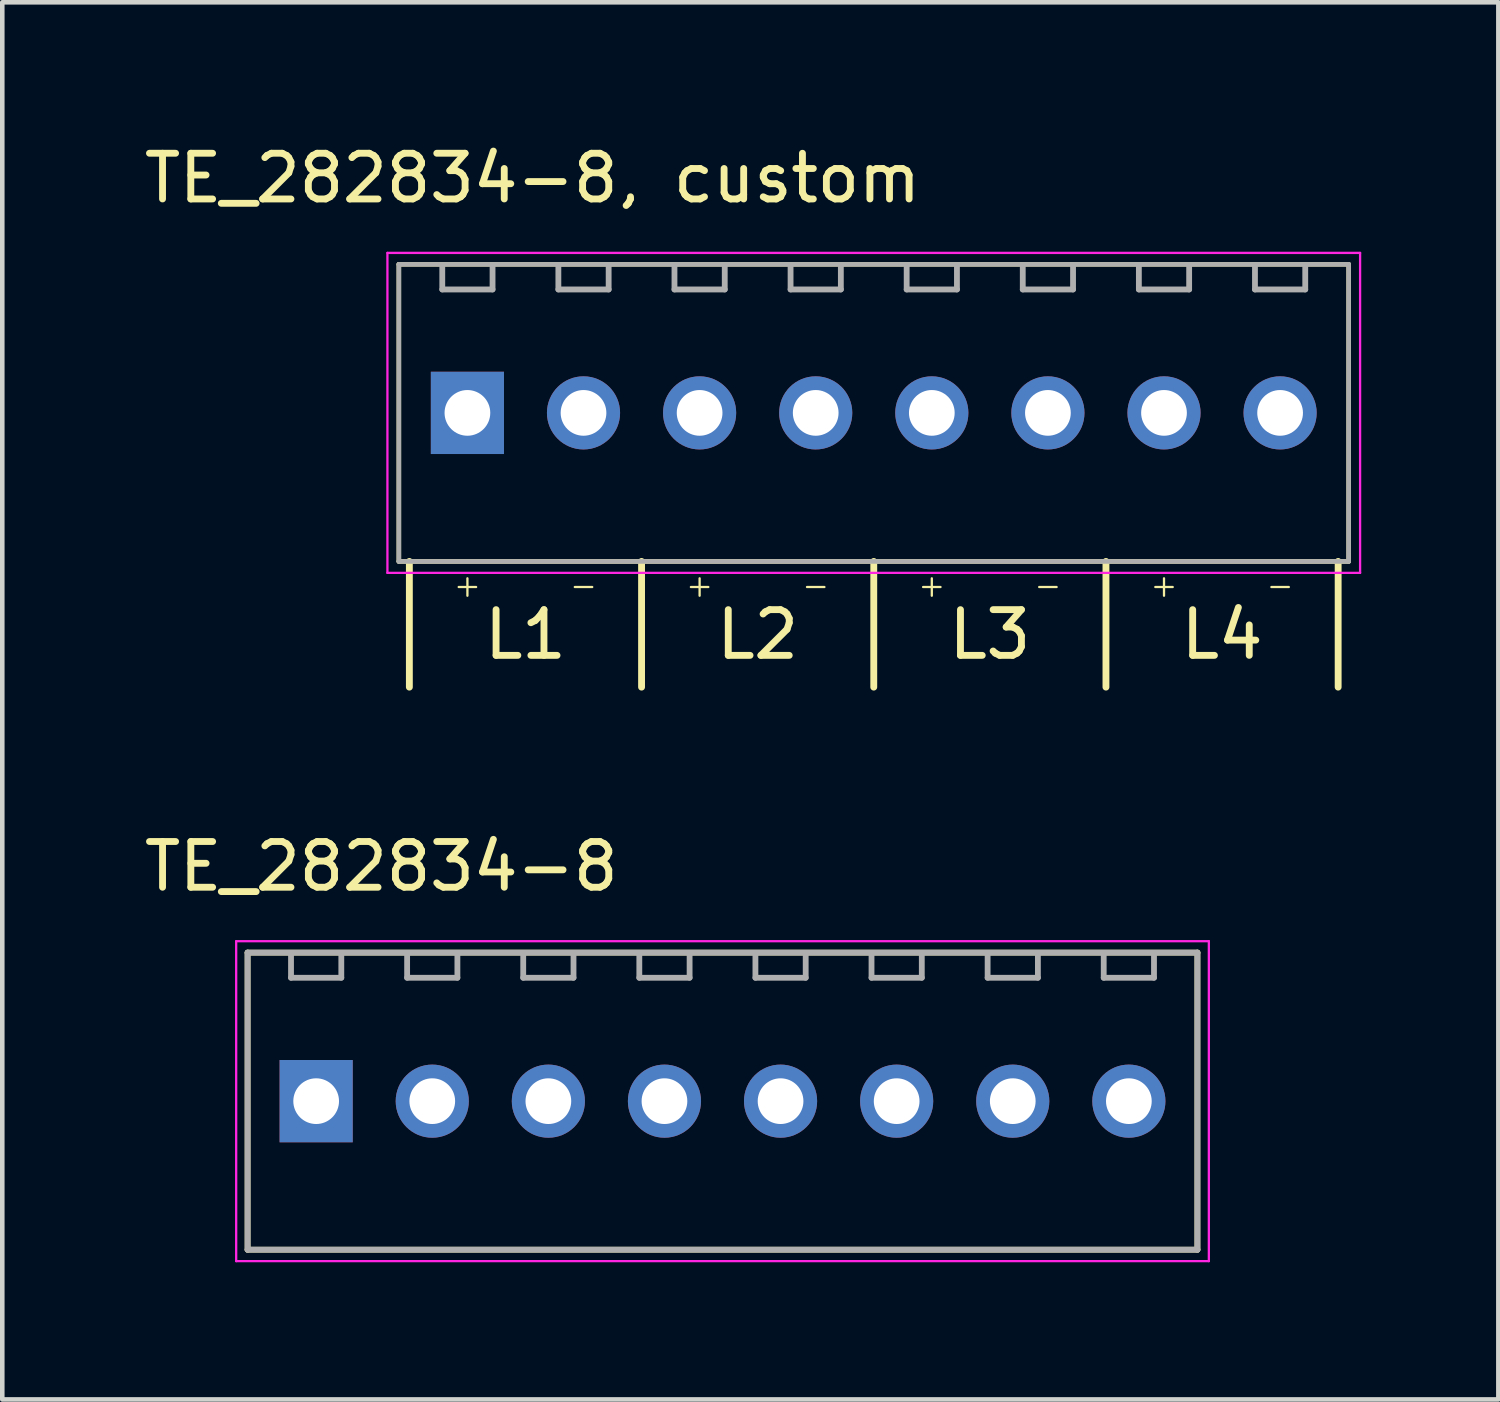
<source format=kicad_pcb>
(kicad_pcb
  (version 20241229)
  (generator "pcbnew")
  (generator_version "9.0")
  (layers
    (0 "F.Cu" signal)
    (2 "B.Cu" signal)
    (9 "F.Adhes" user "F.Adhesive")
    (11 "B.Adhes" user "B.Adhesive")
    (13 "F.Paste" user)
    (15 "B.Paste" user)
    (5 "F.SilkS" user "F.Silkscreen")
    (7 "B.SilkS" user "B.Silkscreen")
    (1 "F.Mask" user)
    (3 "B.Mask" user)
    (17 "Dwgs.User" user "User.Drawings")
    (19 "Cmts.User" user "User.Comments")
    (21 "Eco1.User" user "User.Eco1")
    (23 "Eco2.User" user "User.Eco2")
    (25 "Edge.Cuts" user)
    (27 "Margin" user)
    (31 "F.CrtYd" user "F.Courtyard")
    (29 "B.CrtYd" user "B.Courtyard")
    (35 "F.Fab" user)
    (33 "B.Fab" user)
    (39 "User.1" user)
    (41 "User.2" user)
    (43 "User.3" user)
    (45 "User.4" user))
  (footprint "TE_282834-8, custom"
    (layer "F.Cu")
    (at 16.066 5.983)
    (property "Reference" "TE_282834-8, custom" (at -7.465 -5.135 0) (layer "F.SilkS") (effects (font (size 1 1) (thickness 0.15))))
    (attr through_hole)
    (fp_line (start -10.39 -3.25) (end 10.39 -3.25) (stroke (width 0.1) (type solid)) (layer "F.SilkS"))
    (fp_line (start -10.39 3.25) (end -10.39 -3.25) (stroke (width 0.1) (type solid)) (layer "F.SilkS"))
    (fp_line (start -10.16 3.25) (end -10.16 6) (stroke (width 0.15) (type default)) (layer "F.SilkS"))
    (fp_line (start -5.08 3.25) (end -5.08 6) (stroke (width 0.15) (type default)) (layer "F.SilkS"))
    (fp_line (start 0 3.25) (end 0 6) (stroke (width 0.15) (type default)) (layer "F.SilkS"))
    (fp_line (start 5.08 3.25) (end 5.08 6) (stroke (width 0.15) (type default)) (layer "F.SilkS"))
    (fp_line (start 10.16 3.25) (end 10.16 6) (stroke (width 0.15) (type default)) (layer "F.SilkS"))
    (fp_line (start 10.39 -3.25) (end 10.39 3.25) (stroke (width 0.1) (type solid)) (layer "F.SilkS"))
    (fp_line (start 10.39 3.25) (end -10.39 3.25) (stroke (width 0.1) (type solid)) (layer "F.SilkS"))
    (fp_line (start -10.64 -3.5) (end -10.64 3.5) (stroke (width 0.05) (type solid)) (layer "F.CrtYd"))
    (fp_line (start -10.64 3.5) (end 10.64 3.5) (stroke (width 0.05) (type solid)) (layer "F.CrtYd"))
    (fp_line (start 10.64 -3.5) (end -10.64 -3.5) (stroke (width 0.05) (type solid)) (layer "F.CrtYd"))
    (fp_line (start 10.64 3.5) (end 10.64 -3.5) (stroke (width 0.05) (type solid)) (layer "F.CrtYd"))
    (fp_line (start -10.39 -3.25) (end 10.39 -3.25) (stroke (width 0.1) (type solid)) (layer "F.Fab"))
    (fp_line (start -10.39 3.25) (end -10.39 -3.25) (stroke (width 0.1) (type solid)) (layer "F.Fab"))
    (fp_line (start -9.44 -2.7) (end -9.44 -3.2) (stroke (width 0.127) (type solid)) (layer "F.Fab"))
    (fp_line (start -9.44 -2.7) (end -8.34 -2.7) (stroke (width 0.127) (type solid)) (layer "F.Fab"))
    (fp_line (start -8.34 -2.7) (end -8.34 -3.2) (stroke (width 0.127) (type solid)) (layer "F.Fab"))
    (fp_line (start -6.9 -2.7) (end -6.9 -3.2) (stroke (width 0.127) (type solid)) (layer "F.Fab"))
    (fp_line (start -6.9 -2.7) (end -5.8 -2.7) (stroke (width 0.127) (type solid)) (layer "F.Fab"))
    (fp_line (start -5.8 -2.7) (end -5.8 -3.2) (stroke (width 0.127) (type solid)) (layer "F.Fab"))
    (fp_line (start -4.36 -2.7) (end -4.36 -3.2) (stroke (width 0.127) (type solid)) (layer "F.Fab"))
    (fp_line (start -4.36 -2.7) (end -3.26 -2.7) (stroke (width 0.127) (type solid)) (layer "F.Fab"))
    (fp_line (start -3.26 -2.7) (end -3.26 -3.2) (stroke (width 0.127) (type solid)) (layer "F.Fab"))
    (fp_line (start -1.82 -2.7) (end -1.82 -3.2) (stroke (width 0.127) (type solid)) (layer "F.Fab"))
    (fp_line (start -1.82 -2.7) (end -0.72 -2.7) (stroke (width 0.127) (type solid)) (layer "F.Fab"))
    (fp_line (start -0.72 -2.7) (end -0.72 -3.2) (stroke (width 0.127) (type solid)) (layer "F.Fab"))
    (fp_line (start 0.72 -2.7) (end 0.72 -3.2) (stroke (width 0.127) (type solid)) (layer "F.Fab"))
    (fp_line (start 0.72 -2.7) (end 1.82 -2.7) (stroke (width 0.127) (type solid)) (layer "F.Fab"))
    (fp_line (start 1.82 -2.7) (end 1.82 -3.2) (stroke (width 0.127) (type solid)) (layer "F.Fab"))
    (fp_line (start 3.26 -2.7) (end 3.26 -3.2) (stroke (width 0.127) (type solid)) (layer "F.Fab"))
    (fp_line (start 3.26 -2.7) (end 4.36 -2.7) (stroke (width 0.127) (type solid)) (layer "F.Fab"))
    (fp_line (start 4.36 -2.7) (end 4.36 -3.2) (stroke (width 0.127) (type solid)) (layer "F.Fab"))
    (fp_line (start 5.8 -2.7) (end 5.8 -3.2) (stroke (width 0.127) (type solid)) (layer "F.Fab"))
    (fp_line (start 5.8 -2.7) (end 6.9 -2.7) (stroke (width 0.127) (type solid)) (layer "F.Fab"))
    (fp_line (start 6.9 -2.7) (end 6.9 -3.2) (stroke (width 0.127) (type solid)) (layer "F.Fab"))
    (fp_line (start 8.34 -2.7) (end 8.34 -3.2) (stroke (width 0.127) (type solid)) (layer "F.Fab"))
    (fp_line (start 8.34 -2.7) (end 9.44 -2.7) (stroke (width 0.127) (type solid)) (layer "F.Fab"))
    (fp_line (start 9.44 -2.7) (end 9.44 -3.2) (stroke (width 0.127) (type solid)) (layer "F.Fab"))
    (fp_line (start 10.39 -3.25) (end 10.39 3.25) (stroke (width 0.1) (type solid)) (layer "F.Fab"))
    (fp_line (start 10.39 3.25) (end -10.39 3.25) (stroke (width 0.1) (type solid)) (layer "F.Fab"))
    (fp_text user "-" (at -6.35 4.064 0) (unlocked yes) (layer "F.SilkS") (effects (font (size 0.5 0.5) (thickness 0.05)) (justify bottom)))
    (fp_text user "+" (at 1.27 4.064 0) (unlocked yes) (layer "F.SilkS") (effects (font (size 0.5 0.5) (thickness 0.05)) (justify bottom)))
    (fp_text user "-" (at -1.27 4.064 0) (unlocked yes) (layer "F.SilkS") (effects (font (size 0.5 0.5) (thickness 0.05)) (justify bottom)))
    (fp_text user "-" (at 3.81 4.064 0) (unlocked yes) (layer "F.SilkS") (effects (font (size 0.5 0.5) (thickness 0.05)) (justify bottom)))
    (fp_text user "+" (at -8.89 4.064 0) (unlocked yes) (layer "F.SilkS") (effects (font (size 0.5 0.5) (thickness 0.05)) (justify bottom)))
    (fp_text user "+" (at 6.35 4.064 0) (unlocked yes) (layer "F.SilkS") (effects (font (size 0.5 0.5) (thickness 0.05)) (justify bottom)))
    (fp_text user "+" (at -3.81 4.064 0) (unlocked yes) (layer "F.SilkS") (effects (font (size 0.5 0.5) (thickness 0.05)) (justify bottom)))
    (fp_text user "L4" (at 7.62 4.85 0) (unlocked yes) (layer "F.SilkS") (effects (font (size 1 1) (thickness 0.15))))
    (fp_text user "-" (at 8.89 4.064 0) (unlocked yes) (layer "F.SilkS") (effects (font (size 0.5 0.5) (thickness 0.05)) (justify bottom)))
    (fp_text user "L2" (at -2.54 4.85 0) (unlocked yes) (layer "F.SilkS") (effects (font (size 1 1) (thickness 0.15))))
    (fp_text user "L1" (at -7.62 4.85 0) (unlocked yes) (layer "F.SilkS") (effects (font (size 1 1) (thickness 0.15))))
    (fp_text user "L3" (at 2.54 4.85 0) (unlocked yes) (layer "F.SilkS") (effects (font (size 1 1) (thickness 0.15))))
    (pad "1" thru_hole rect (at -8.89 0) (size 1.6 1.8) (drill 1) (layers "*.Cu" "*.Mask"))
    (pad "2" thru_hole circle (at -6.35 0) (size 1.6 1.6) (drill 1) (layers "*.Cu" "*.Mask"))
    (pad "3" thru_hole circle (at -3.81 0) (size 1.6 1.6) (drill 1) (layers "*.Cu" "*.Mask"))
    (pad "4" thru_hole circle (at -1.27 0) (size 1.6 1.6) (drill 1) (layers "*.Cu" "*.Mask"))
    (pad "5" thru_hole circle (at 1.27 0) (size 1.6 1.6) (drill 1) (layers "*.Cu" "*.Mask"))
    (pad "6" thru_hole circle (at 3.81 0) (size 1.6 1.6) (drill 1) (layers "*.Cu" "*.Mask"))
    (pad "7" thru_hole circle (at 6.35 0) (size 1.6 1.6) (drill 1) (layers "*.Cu" "*.Mask"))
    (pad "8" thru_hole circle (at 8.89 0) (size 1.6 1.6) (drill 1) (layers "*.Cu" "*.Mask")))
  (footprint "TE_282834-8"
    (layer "F.Cu")
    (at 12.757 21.041)
    (property "Reference" "TE_282834-8" (at -7.465 -5.135 0) (layer "F.SilkS") (effects (font (size 1 1) (thickness 0.15))))
    (attr through_hole)
    (fp_line (start -10.39 -3.25) (end 10.39 -3.25) (stroke (width 0.127) (type solid)) (layer "F.SilkS"))
    (fp_line (start -10.39 3.25) (end -10.39 -3.25) (stroke (width 0.127) (type solid)) (layer "F.SilkS"))
    (fp_line (start 10.39 -3.25) (end 10.39 3.25) (stroke (width 0.127) (type solid)) (layer "F.SilkS"))
    (fp_line (start 10.39 3.25) (end -10.39 3.25) (stroke (width 0.127) (type solid)) (layer "F.SilkS"))
    (fp_line (start -10.64 -3.5) (end -10.64 3.5) (stroke (width 0.05) (type solid)) (layer "F.CrtYd"))
    (fp_line (start -10.64 3.5) (end 10.64 3.5) (stroke (width 0.05) (type solid)) (layer "F.CrtYd"))
    (fp_line (start 10.64 -3.5) (end -10.64 -3.5) (stroke (width 0.05) (type solid)) (layer "F.CrtYd"))
    (fp_line (start 10.64 3.5) (end 10.64 -3.5) (stroke (width 0.05) (type solid)) (layer "F.CrtYd"))
    (fp_line (start -10.39 -3.25) (end 10.39 -3.25) (stroke (width 0.127) (type solid)) (layer "F.Fab"))
    (fp_line (start -10.39 3.25) (end -10.39 -3.25) (stroke (width 0.127) (type solid)) (layer "F.Fab"))
    (fp_line (start -9.44 -2.7) (end -9.44 -3.2) (stroke (width 0.127) (type solid)) (layer "F.Fab"))
    (fp_line (start -9.44 -2.7) (end -8.34 -2.7) (stroke (width 0.127) (type solid)) (layer "F.Fab"))
    (fp_line (start -8.34 -2.7) (end -8.34 -3.2) (stroke (width 0.127) (type solid)) (layer "F.Fab"))
    (fp_line (start -6.9 -2.7) (end -6.9 -3.2) (stroke (width 0.127) (type solid)) (layer "F.Fab"))
    (fp_line (start -6.9 -2.7) (end -5.8 -2.7) (stroke (width 0.127) (type solid)) (layer "F.Fab"))
    (fp_line (start -5.8 -2.7) (end -5.8 -3.2) (stroke (width 0.127) (type solid)) (layer "F.Fab"))
    (fp_line (start -4.36 -2.7) (end -4.36 -3.2) (stroke (width 0.127) (type solid)) (layer "F.Fab"))
    (fp_line (start -4.36 -2.7) (end -3.26 -2.7) (stroke (width 0.127) (type solid)) (layer "F.Fab"))
    (fp_line (start -3.26 -2.7) (end -3.26 -3.2) (stroke (width 0.127) (type solid)) (layer "F.Fab"))
    (fp_line (start -1.82 -2.7) (end -1.82 -3.2) (stroke (width 0.127) (type solid)) (layer "F.Fab"))
    (fp_line (start -1.82 -2.7) (end -0.72 -2.7) (stroke (width 0.127) (type solid)) (layer "F.Fab"))
    (fp_line (start -0.72 -2.7) (end -0.72 -3.2) (stroke (width 0.127) (type solid)) (layer "F.Fab"))
    (fp_line (start 0.72 -2.7) (end 0.72 -3.2) (stroke (width 0.127) (type solid)) (layer "F.Fab"))
    (fp_line (start 0.72 -2.7) (end 1.82 -2.7) (stroke (width 0.127) (type solid)) (layer "F.Fab"))
    (fp_line (start 1.82 -2.7) (end 1.82 -3.2) (stroke (width 0.127) (type solid)) (layer "F.Fab"))
    (fp_line (start 3.26 -2.7) (end 3.26 -3.2) (stroke (width 0.127) (type solid)) (layer "F.Fab"))
    (fp_line (start 3.26 -2.7) (end 4.36 -2.7) (stroke (width 0.127) (type solid)) (layer "F.Fab"))
    (fp_line (start 4.36 -2.7) (end 4.36 -3.2) (stroke (width 0.127) (type solid)) (layer "F.Fab"))
    (fp_line (start 5.8 -2.7) (end 5.8 -3.2) (stroke (width 0.127) (type solid)) (layer "F.Fab"))
    (fp_line (start 5.8 -2.7) (end 6.9 -2.7) (stroke (width 0.127) (type solid)) (layer "F.Fab"))
    (fp_line (start 6.9 -2.7) (end 6.9 -3.2) (stroke (width 0.127) (type solid)) (layer "F.Fab"))
    (fp_line (start 8.34 -2.7) (end 8.34 -3.2) (stroke (width 0.127) (type solid)) (layer "F.Fab"))
    (fp_line (start 8.34 -2.7) (end 9.44 -2.7) (stroke (width 0.127) (type solid)) (layer "F.Fab"))
    (fp_line (start 9.44 -2.7) (end 9.44 -3.2) (stroke (width 0.127) (type solid)) (layer "F.Fab"))
    (fp_line (start 10.39 -3.25) (end 10.39 3.25) (stroke (width 0.127) (type solid)) (layer "F.Fab"))
    (fp_line (start 10.39 3.25) (end -10.39 3.25) (stroke (width 0.127) (type solid)) (layer "F.Fab"))
    (pad "1" thru_hole rect (at -8.89 0) (size 1.6 1.8) (drill 1) (layers "*.Cu" "*.Mask"))
    (pad "2" thru_hole circle (at -6.35 0) (size 1.6 1.6) (drill 1) (layers "*.Cu" "*.Mask"))
    (pad "3" thru_hole circle (at -3.81 0) (size 1.6 1.6) (drill 1) (layers "*.Cu" "*.Mask"))
    (pad "4" thru_hole circle (at -1.27 0) (size 1.6 1.6) (drill 1) (layers "*.Cu" "*.Mask"))
    (pad "5" thru_hole circle (at 1.27 0) (size 1.6 1.6) (drill 1) (layers "*.Cu" "*.Mask"))
    (pad "6" thru_hole circle (at 3.81 0) (size 1.6 1.6) (drill 1) (layers "*.Cu" "*.Mask"))
    (pad "7" thru_hole circle (at 6.35 0) (size 1.6 1.6) (drill 1) (layers "*.Cu" "*.Mask"))
    (pad "8" thru_hole circle (at 8.89 0) (size 1.6 1.6) (drill 1) (layers "*.Cu" "*.Mask")))
  (gr_rect
    (start -3 -3)
    (end 29.731 27.567)
    (stroke (width 0.1) (type default))
    (fill no)
    (layer "Edge.Cuts")))
</source>
